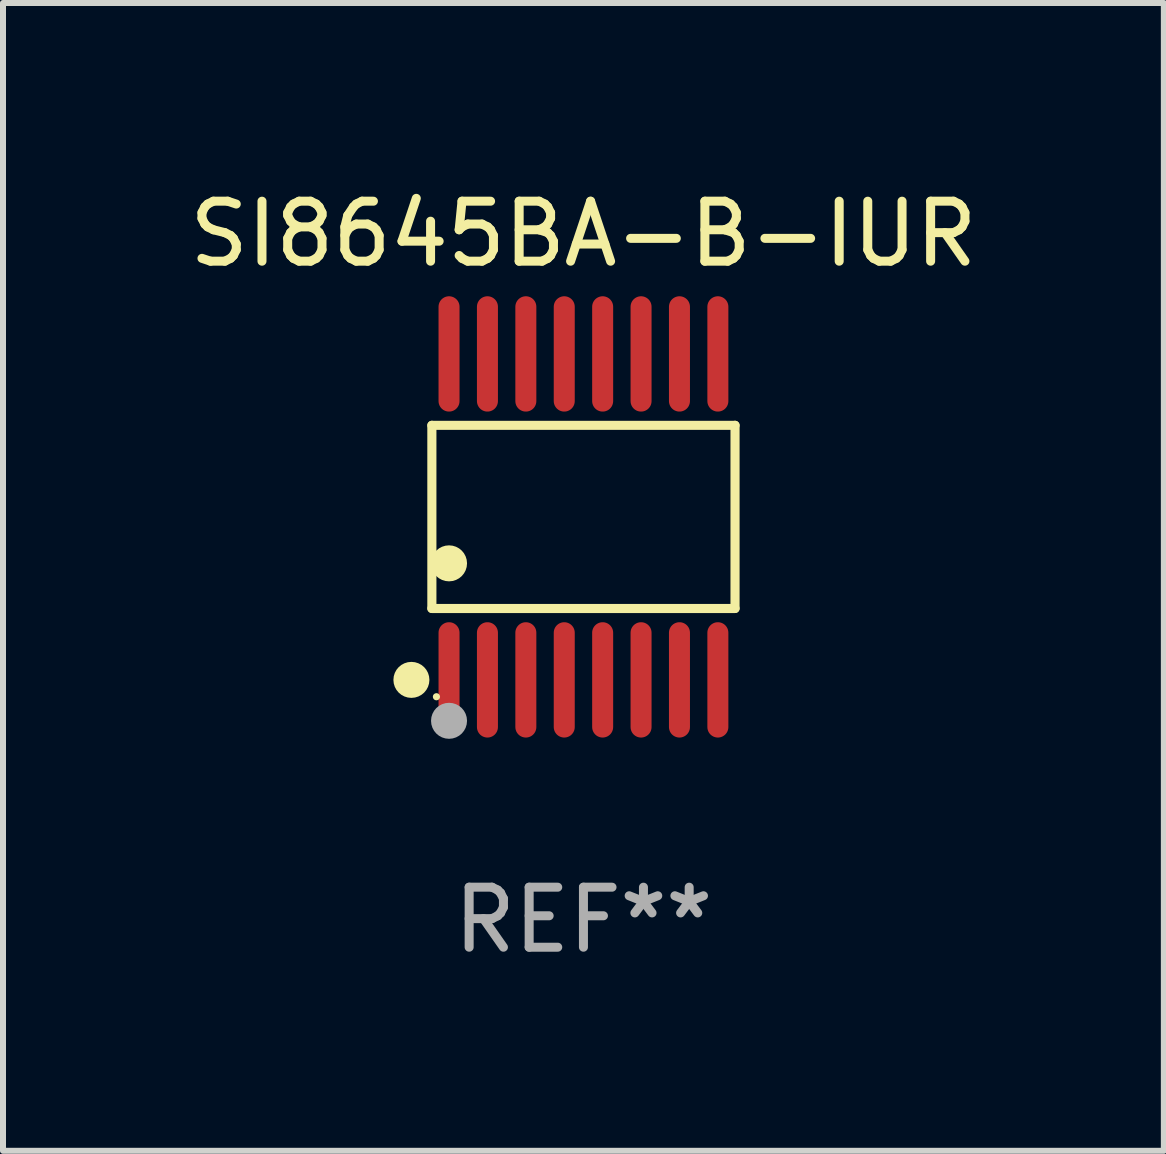
<source format=kicad_pcb>
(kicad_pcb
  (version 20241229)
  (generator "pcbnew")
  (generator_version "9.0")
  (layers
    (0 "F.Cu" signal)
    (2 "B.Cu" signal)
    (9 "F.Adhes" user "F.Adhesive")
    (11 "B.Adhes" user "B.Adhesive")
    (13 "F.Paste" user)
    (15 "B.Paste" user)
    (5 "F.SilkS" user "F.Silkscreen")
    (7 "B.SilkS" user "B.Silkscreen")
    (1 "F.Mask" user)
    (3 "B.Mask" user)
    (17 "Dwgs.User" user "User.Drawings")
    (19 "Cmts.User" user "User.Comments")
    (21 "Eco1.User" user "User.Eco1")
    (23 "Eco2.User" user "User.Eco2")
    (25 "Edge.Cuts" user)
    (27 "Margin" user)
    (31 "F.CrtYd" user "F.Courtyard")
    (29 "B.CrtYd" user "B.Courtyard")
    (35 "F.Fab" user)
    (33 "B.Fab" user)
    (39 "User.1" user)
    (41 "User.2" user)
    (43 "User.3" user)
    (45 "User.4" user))
  (footprint "SI8645BA-B-IUR"
    (layer "F.Cu")
    (at 6.673 5.564)
    (property "Reference" "SI8645BA-B-IUR" (at 0 -4.716 0) (layer "F.SilkS") (effects (font (size 1 1) (thickness 0.15))))
    (attr through_hole)
    (fp_line (start -2.526 -1.526) (end 2.526 -1.526) (stroke (width 0.152) (type solid)) (layer "F.SilkS"))
    (fp_line (start -2.526 1.526) (end -2.526 -1.526) (stroke (width 0.152) (type solid)) (layer "F.SilkS"))
    (fp_line (start 2.526 -1.526) (end 2.526 1.526) (stroke (width 0.152) (type solid)) (layer "F.SilkS"))
    (fp_line (start 2.526 1.526) (end -2.526 1.526) (stroke (width 0.152) (type solid)) (layer "F.SilkS"))
    (fp_circle (center -2.867 2.716) (end -2.717 2.716) (stroke (width 0.3) (type solid)) (fill no) (layer "F.SilkS"))
    (fp_circle (center -2.45 2.997) (end -2.42 2.997) (stroke (width 0.06) (type solid)) (fill no) (layer "F.SilkS"))
    (fp_circle (center -2.24 0.774) (end -2.09 0.774) (stroke (width 0.3) (type solid)) (fill no) (layer "F.SilkS"))
    (fp_circle (center -2.24 3.398) (end -2.09 3.398) (stroke (width 0.3) (type solid)) (fill no) (layer "F.Fab"))
    (fp_text user "REF**" (at 0 6.716 0) (layer "F.Fab") (effects (font (size 1 1) (thickness 0.15))))
    (pad "1" smd oval (at -2.24 2.716) (size 0.35 1.922) (layers "F.Cu" "F.Mask" "F.Paste"))
    (pad "2" smd oval (at -1.6 2.716) (size 0.35 1.922) (layers "F.Cu" "F.Mask" "F.Paste"))
    (pad "3" smd oval (at -0.96 2.716) (size 0.35 1.922) (layers "F.Cu" "F.Mask" "F.Paste"))
    (pad "4" smd oval (at -0.32 2.716) (size 0.35 1.922) (layers "F.Cu" "F.Mask" "F.Paste"))
    (pad "5" smd oval (at 0.32 2.716) (size 0.35 1.922) (layers "F.Cu" "F.Mask" "F.Paste"))
    (pad "6" smd oval (at 0.96 2.716) (size 0.35 1.922) (layers "F.Cu" "F.Mask" "F.Paste"))
    (pad "7" smd oval (at 1.6 2.716) (size 0.35 1.922) (layers "F.Cu" "F.Mask" "F.Paste"))
    (pad "8" smd oval (at 2.24 2.716) (size 0.35 1.922) (layers "F.Cu" "F.Mask" "F.Paste"))
    (pad "9" smd oval (at 2.24 -2.716) (size 0.35 1.922) (layers "F.Cu" "F.Mask" "F.Paste"))
    (pad "10" smd oval (at 1.6 -2.716) (size 0.35 1.922) (layers "F.Cu" "F.Mask" "F.Paste"))
    (pad "11" smd oval (at 0.96 -2.716) (size 0.35 1.922) (layers "F.Cu" "F.Mask" "F.Paste"))
    (pad "12" smd oval (at 0.32 -2.716) (size 0.35 1.922) (layers "F.Cu" "F.Mask" "F.Paste"))
    (pad "13" smd oval (at -0.32 -2.716) (size 0.35 1.922) (layers "F.Cu" "F.Mask" "F.Paste"))
    (pad "14" smd oval (at -0.96 -2.716) (size 0.35 1.922) (layers "F.Cu" "F.Mask" "F.Paste"))
    (pad "15" smd oval (at -1.6 -2.716) (size 0.35 1.922) (layers "F.Cu" "F.Mask" "F.Paste"))
    (pad "16" smd oval (at -2.24 -2.716) (size 0.35 1.922) (layers "F.Cu" "F.Mask" "F.Paste")))
  (gr_rect
    (start -3 -3)
    (end 16.345 16.128)
    (stroke (width 0.1) (type default))
    (fill no)
    (layer "Edge.Cuts")))
</source>
